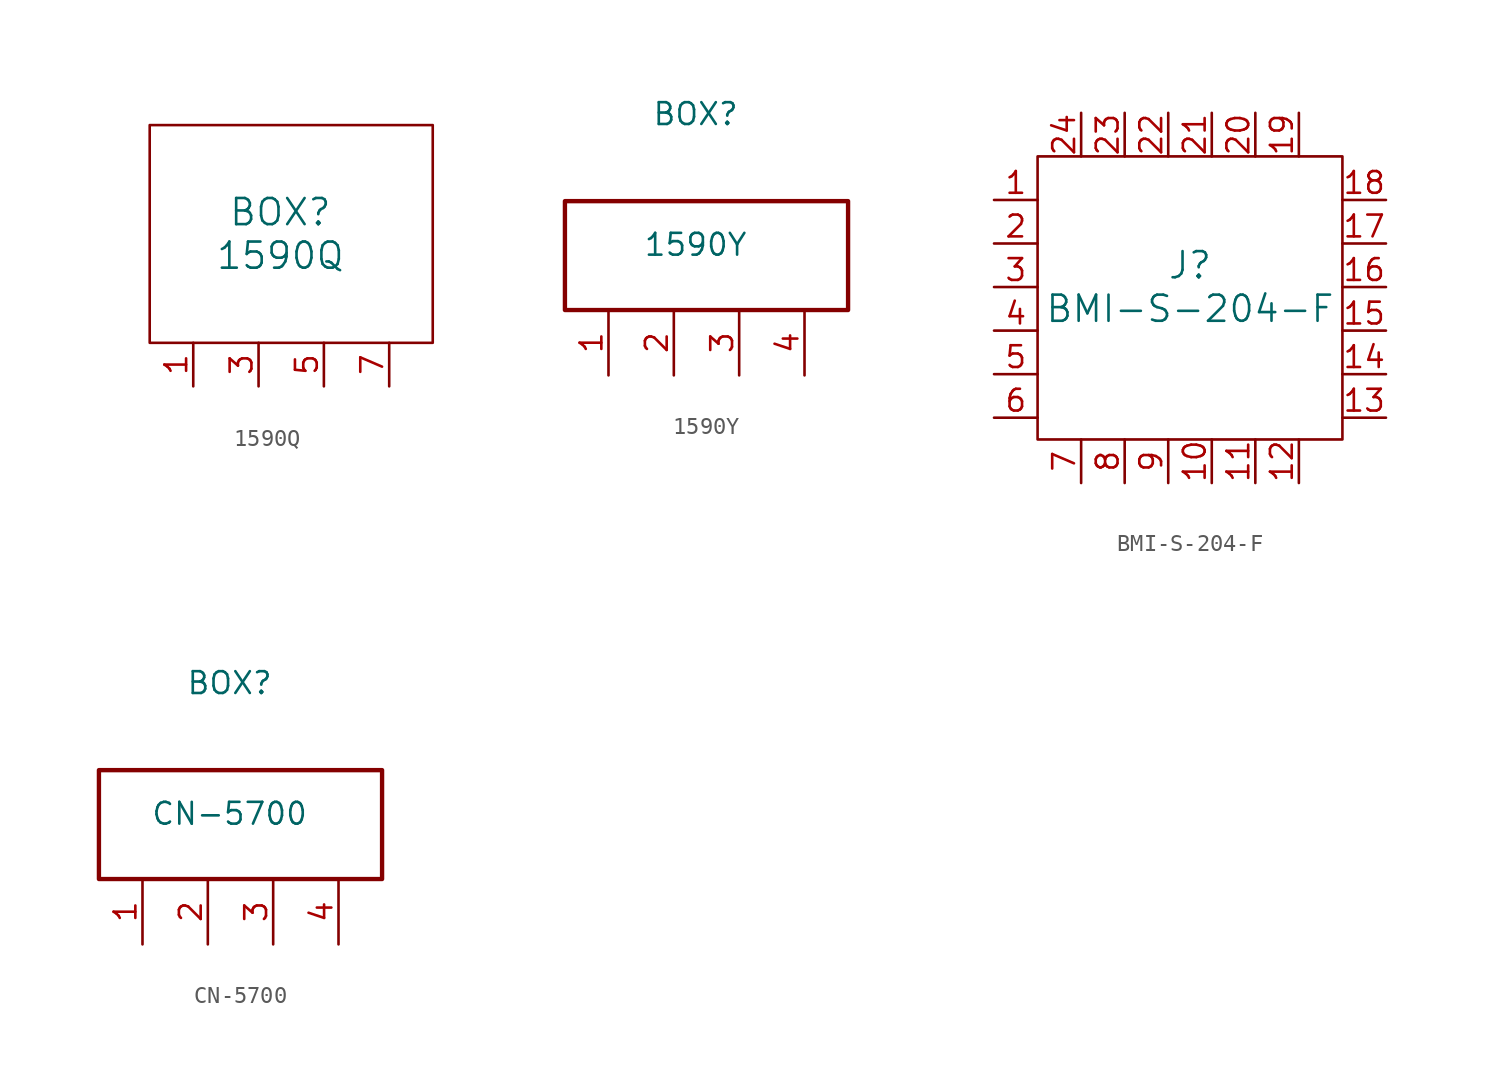
<source format=kicad_sym>
(kicad_symbol_lib
  (version 20220914)
  (generator kicad_symbol_editor)
  (symbol "1590Q"
    (pin_names
      (offset 1.016) hide)
    (property "Reference" "BOX"
      (at 5.08 10.16 0)
      (effects (font (size 1.524 1.524))))
    (property "Value" "1590Q"
      (at 5.08 7.62 0)
      (effects (font (size 1.524 1.524))))
    (property "Datasheet" ""
      (at -5.08 16.51 0)
      (effects (font (size 1.524 1.524))))
    (symbol "1590Q_0_1"
      (rectangle (start -2.54 15.24) (end 13.97 2.54) (stroke (width 0) (type default)) (fill (type none))))
    (symbol "1590Q_1_1"
      (pin power_in line (at 0 0 90) (length 2.54) (name "1" (effects (font (size 1.27 1.27)))) (number "1" (effects (font (size 1.27 1.27)))))
      (pin power_in line (at 3.81 0 90) (length 2.54) (name "3" (effects (font (size 1.27 1.27)))) (number "3" (effects (font (size 1.27 1.27)))))
      (pin power_in line (at 7.62 0 90) (length 2.54) (name "5" (effects (font (size 1.27 1.27)))) (number "5" (effects (font (size 1.27 1.27)))))
      (pin power_in line (at 11.43 0 90) (length 2.54) (name "7" (effects (font (size 1.27 1.27)))) (number "7" (effects (font (size 1.27 1.27)))))))
  (symbol "1590Y"
    (pin_names
      (offset 1.016) hide)
    (property "Reference" "BOX"
      (at 5.08 11.43 0)
      (effects (font (size 1.27 1.27))))
    (property "Value" "1590Y"
      (at 5.08 3.81 0)
      (effects (font (size 1.27 1.27))))
    (symbol "1590Y_1_1"
      (rectangle (start -2.54 6.35) (end 13.97 0) (stroke (width 0.254) (type default)) (fill (type none)))
      (pin passive line (at 0 -3.81 90) (length 3.81) (name "Pin_1" (effects (font (size 1.27 1.27)))) (number "1" (effects (font (size 1.27 1.27)))))
      (pin passive line (at 3.81 -3.81 90) (length 3.81) (name "Pin_2" (effects (font (size 1.27 1.27)))) (number "2" (effects (font (size 1.27 1.27)))))
      (pin passive line (at 7.62 -3.81 90) (length 3.81) (name "Pin_3" (effects (font (size 1.27 1.27)))) (number "3" (effects (font (size 1.27 1.27)))))
      (pin passive line (at 11.43 -3.81 90) (length 3.81) (name "Pin_4" (effects (font (size 1.27 1.27)))) (number "4" (effects (font (size 1.27 1.27)))))))
  (symbol "BMI-S-204-F"
    (pin_names
      (offset 1.016) hide)
    (property "Reference" "J"
      (at 11.43 -3.81 0)
      (effects (font (size 1.524 1.524))))
    (property "Value" "BMI-S-204-F"
      (at 11.43 -6.35 0)
      (effects (font (size 1.524 1.524))))
    (property "Datasheet" ""
      (at 0 0 0)
      (effects (font (size 1.524 1.524))))
    (symbol "BMI-S-204-F_0_1"
      (rectangle (start 2.54 2.54) (end 20.32 -13.97) (stroke (width 0) (type default)) (fill (type none))))
    (symbol "BMI-S-204-F_1_1"
      (pin power_in line (at 0 0 0) (length 2.54) (name "1" (effects (font (size 1.27 1.27)))) (number "1" (effects (font (size 1.27 1.27)))))
      (pin power_in line (at 12.7 -16.51 90) (length 2.54) (name "10" (effects (font (size 1.27 1.27)))) (number "10" (effects (font (size 1.27 1.27)))))
      (pin power_in line (at 15.24 -16.51 90) (length 2.54) (name "11" (effects (font (size 1.27 1.27)))) (number "11" (effects (font (size 1.27 1.27)))))
      (pin power_in line (at 17.78 -16.51 90) (length 2.54) (name "12" (effects (font (size 1.27 1.27)))) (number "12" (effects (font (size 1.27 1.27)))))
      (pin power_in line (at 22.86 -12.7 180) (length 2.54) (name "13" (effects (font (size 1.27 1.27)))) (number "13" (effects (font (size 1.27 1.27)))))
      (pin power_in line (at 22.86 -10.16 180) (length 2.54) (name "14" (effects (font (size 1.27 1.27)))) (number "14" (effects (font (size 1.27 1.27)))))
      (pin power_in line (at 22.86 -7.62 180) (length 2.54) (name "15" (effects (font (size 1.27 1.27)))) (number "15" (effects (font (size 1.27 1.27)))))
      (pin power_in line (at 22.86 -5.08 180) (length 2.54) (name "16" (effects (font (size 1.27 1.27)))) (number "16" (effects (font (size 1.27 1.27)))))
      (pin power_in line (at 22.86 -2.54 180) (length 2.54) (name "17" (effects (font (size 1.27 1.27)))) (number "17" (effects (font (size 1.27 1.27)))))
      (pin power_in line (at 22.86 0 180) (length 2.54) (name "18" (effects (font (size 1.27 1.27)))) (number "18" (effects (font (size 1.27 1.27)))))
      (pin power_in line (at 17.78 5.08 270) (length 2.54) (name "19" (effects (font (size 1.27 1.27)))) (number "19" (effects (font (size 1.27 1.27)))))
      (pin power_in line (at 0 -2.54 0) (length 2.54) (name "2" (effects (font (size 1.27 1.27)))) (number "2" (effects (font (size 1.27 1.27)))))
      (pin power_in line (at 15.24 5.08 270) (length 2.54) (name "20" (effects (font (size 1.27 1.27)))) (number "20" (effects (font (size 1.27 1.27)))))
      (pin power_in line (at 12.7 5.08 270) (length 2.54) (name "21" (effects (font (size 1.27 1.27)))) (number "21" (effects (font (size 1.27 1.27)))))
      (pin power_in line (at 10.16 5.08 270) (length 2.54) (name "22" (effects (font (size 1.27 1.27)))) (number "22" (effects (font (size 1.27 1.27)))))
      (pin power_in line (at 7.62 5.08 270) (length 2.54) (name "23" (effects (font (size 1.27 1.27)))) (number "23" (effects (font (size 1.27 1.27)))))
      (pin power_in line (at 5.08 5.08 270) (length 2.54) (name "24" (effects (font (size 1.27 1.27)))) (number "24" (effects (font (size 1.27 1.27)))))
      (pin power_in line (at 0 -5.08 0) (length 2.54) (name "3" (effects (font (size 1.27 1.27)))) (number "3" (effects (font (size 1.27 1.27)))))
      (pin power_in line (at 0 -7.62 0) (length 2.54) (name "4" (effects (font (size 1.27 1.27)))) (number "4" (effects (font (size 1.27 1.27)))))
      (pin power_in line (at 0 -10.16 0) (length 2.54) (name "5" (effects (font (size 1.27 1.27)))) (number "5" (effects (font (size 1.27 1.27)))))
      (pin power_in line (at 0 -12.7 0) (length 2.54) (name "6" (effects (font (size 1.27 1.27)))) (number "6" (effects (font (size 1.27 1.27)))))
      (pin power_in line (at 5.08 -16.51 90) (length 2.54) (name "7" (effects (font (size 1.27 1.27)))) (number "7" (effects (font (size 1.27 1.27)))))
      (pin power_in line (at 7.62 -16.51 90) (length 2.54) (name "8" (effects (font (size 1.27 1.27)))) (number "8" (effects (font (size 1.27 1.27)))))
      (pin power_in line (at 10.16 -16.51 90) (length 2.54) (name "9" (effects (font (size 1.27 1.27)))) (number "9" (effects (font (size 1.27 1.27)))))))
  (symbol "CN-5700"
    (pin_names
      (offset 1.016) hide)
    (property "Reference" "BOX"
      (at 5.08 11.43 0)
      (effects (font (size 1.27 1.27))))
    (property "Value" "CN-5700"
      (at 5.08 3.81 0)
      (effects (font (size 1.27 1.27))))
    (symbol "CN-5700_1_1"
      (rectangle (start -2.54 6.35) (end 13.97 0) (stroke (width 0.254) (type default)) (fill (type none)))
      (pin passive line (at 0 -3.81 90) (length 3.81) (name "Pin_1" (effects (font (size 1.27 1.27)))) (number "1" (effects (font (size 1.27 1.27)))))
      (pin passive line (at 3.81 -3.81 90) (length 3.81) (name "Pin_2" (effects (font (size 1.27 1.27)))) (number "2" (effects (font (size 1.27 1.27)))))
      (pin passive line (at 7.62 -3.81 90) (length 3.81) (name "Pin_3" (effects (font (size 1.27 1.27)))) (number "3" (effects (font (size 1.27 1.27)))))
      (pin passive line (at 11.43 -3.81 90) (length 3.81) (name "Pin_4" (effects (font (size 1.27 1.27)))) (number "4" (effects (font (size 1.27 1.27))))))))
</source>
